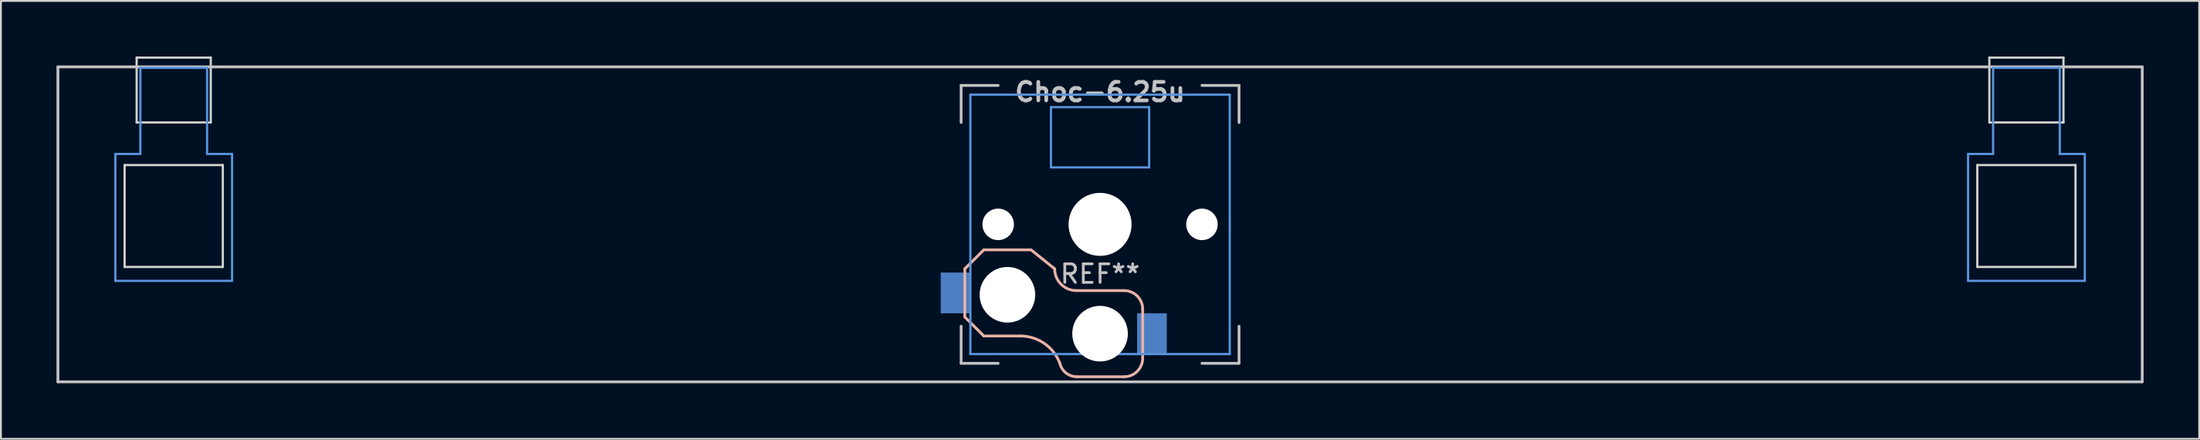
<source format=kicad_pcb>
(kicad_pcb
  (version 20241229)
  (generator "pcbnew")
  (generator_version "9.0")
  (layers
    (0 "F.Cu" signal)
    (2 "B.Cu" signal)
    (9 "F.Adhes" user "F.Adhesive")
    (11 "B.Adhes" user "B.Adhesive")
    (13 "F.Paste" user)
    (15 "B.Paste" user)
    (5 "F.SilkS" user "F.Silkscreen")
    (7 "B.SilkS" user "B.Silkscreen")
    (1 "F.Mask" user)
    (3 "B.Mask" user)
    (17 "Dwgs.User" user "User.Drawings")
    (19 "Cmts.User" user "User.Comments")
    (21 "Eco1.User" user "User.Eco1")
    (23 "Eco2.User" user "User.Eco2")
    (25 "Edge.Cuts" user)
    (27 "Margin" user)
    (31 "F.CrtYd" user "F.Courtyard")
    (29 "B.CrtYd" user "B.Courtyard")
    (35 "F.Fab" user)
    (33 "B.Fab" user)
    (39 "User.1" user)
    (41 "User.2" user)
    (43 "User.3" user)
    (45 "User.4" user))
  (footprint "Choc-6.25u"
    (layer "F.Cu")
    (at 56.326 9.06)
    (property "Reference" "Choc-6.25u" (at 0 -7.144 180) (layer "Dwgs.User") (effects (font (size 1 1) (thickness 0.2))))
    (attr through_hole)
    (fp_line (start -7.3 2.4) (end -7.3 5) (stroke (width 0.15) (type solid)) (layer "B.SilkS"))
    (fp_line (start -7.3 2.4) (end -6.275 1.375) (stroke (width 0.15) (type solid)) (layer "B.SilkS"))
    (fp_line (start -7.3 5) (end -6.275 6.025) (stroke (width 0.15) (type solid)) (layer "B.SilkS"))
    (fp_line (start -4.3 6.025) (end -6.275 6.025) (stroke (width 0.15) (type solid)) (layer "B.SilkS"))
    (fp_line (start -3.725 1.375) (end -6.275 1.375) (stroke (width 0.15) (type solid)) (layer "B.SilkS"))
    (fp_line (start -3.725 1.375) (end -2.45 2.4) (stroke (width 0.15) (type solid)) (layer "B.SilkS"))
    (fp_line (start 1.3 3.575) (end -1.275 3.575) (stroke (width 0.15) (type solid)) (layer "B.SilkS"))
    (fp_line (start 1.3 8.225) (end -1.3 8.225) (stroke (width 0.15) (type solid)) (layer "B.SilkS"))
    (fp_line (start 2.3 4.575) (end 2.3 7.225) (stroke (width 0.15) (type solid)) (layer "B.SilkS"))
    (fp_arc (start -4.3 6.025) (mid -2.995114 6.436429) (end -2.162199 7.521904) (stroke (width 0.15) (type solid)) (layer "B.SilkS"))
    (fp_arc (start -1.300995 8.223791) (mid -1.848284 8.016021) (end -2.162199 7.521904) (stroke (width 0.15) (type solid)) (layer "B.SilkS"))
    (fp_arc (start -1.275 3.575) (mid -2.10585 3.23085) (end -2.45 2.4) (stroke (width 0.15) (type solid)) (layer "B.SilkS"))
    (fp_arc (start 1.3 3.575) (mid 2.007107 3.867893) (end 2.3 4.575) (stroke (width 0.15) (type solid)) (layer "B.SilkS"))
    (fp_arc (start 2.3 7.225) (mid 2.007107 7.932107) (end 1.3 8.225) (stroke (width 0.15) (type solid)) (layer "B.SilkS"))
    (fp_line (start -56.25 -8.5) (end 56.25 -8.5) (stroke (width 0.152) (type solid)) (layer "Dwgs.User"))
    (fp_line (start -56.25 8.5) (end -56.25 -8.5) (stroke (width 0.152) (type solid)) (layer "Dwgs.User"))
    (fp_line (start -7.5 -7.5) (end -7.5 -5.5) (stroke (width 0.15) (type solid)) (layer "Dwgs.User"))
    (fp_line (start -7.5 7.5) (end -7.5 5.5) (stroke (width 0.15) (type solid)) (layer "Dwgs.User"))
    (fp_line (start -5.5 -7.5) (end -7.5 -7.5) (stroke (width 0.15) (type solid)) (layer "Dwgs.User"))
    (fp_line (start -5.5 7.5) (end -7.5 7.5) (stroke (width 0.15) (type solid)) (layer "Dwgs.User"))
    (fp_line (start 5.5 -7.5) (end 7.5 -7.5) (stroke (width 0.15) (type solid)) (layer "Dwgs.User"))
    (fp_line (start 5.5 7.5) (end 7.5 7.5) (stroke (width 0.15) (type solid)) (layer "Dwgs.User"))
    (fp_line (start 7.5 -7.5) (end 7.5 -5.5) (stroke (width 0.15) (type solid)) (layer "Dwgs.User"))
    (fp_line (start 7.5 7.5) (end 7.5 5.5) (stroke (width 0.15) (type solid)) (layer "Dwgs.User"))
    (fp_line (start 56.25 -8.5) (end 56.25 8.5) (stroke (width 0.152) (type solid)) (layer "Dwgs.User"))
    (fp_line (start 56.25 8.5) (end -56.25 8.5) (stroke (width 0.152) (type solid)) (layer "Dwgs.User"))
    (fp_line (start -53.15 -3.8) (end -51.8 -3.8) (stroke (width 0.12) (type solid)) (layer "Cmts.User"))
    (fp_line (start -53.15 3.05) (end -53.15 -3.8) (stroke (width 0.12) (type solid)) (layer "Cmts.User"))
    (fp_line (start -53.15 3.05) (end -46.85 3.05) (stroke (width 0.12) (type solid)) (layer "Cmts.User"))
    (fp_line (start -51.8 -8.45) (end -51.8 -3.8) (stroke (width 0.12) (type solid)) (layer "Cmts.User"))
    (fp_line (start -51.8 -8.45) (end -48.2 -8.45) (stroke (width 0.12) (type solid)) (layer "Cmts.User"))
    (fp_line (start -48.2 -8.45) (end -48.2 -3.8) (stroke (width 0.12) (type solid)) (layer "Cmts.User"))
    (fp_line (start -48.2 -3.8) (end -46.85 -3.8) (stroke (width 0.12) (type solid)) (layer "Cmts.User"))
    (fp_line (start -46.85 3.05) (end -46.85 -3.8) (stroke (width 0.12) (type solid)) (layer "Cmts.User"))
    (fp_line (start -7 -7) (end -7 7) (stroke (width 0.12) (type solid)) (layer "Cmts.User"))
    (fp_line (start -7 7) (end 7 7) (stroke (width 0.12) (type solid)) (layer "Cmts.User"))
    (fp_line (start -2.65 -6.325) (end 2.65 -6.325) (stroke (width 0.12) (type solid)) (layer "Cmts.User"))
    (fp_line (start -2.65 -3.075) (end -2.65 -6.325) (stroke (width 0.12) (type solid)) (layer "Cmts.User"))
    (fp_line (start 2.65 -6.325) (end 2.65 -3.075) (stroke (width 0.12) (type solid)) (layer "Cmts.User"))
    (fp_line (start 2.65 -3.075) (end -2.65 -3.075) (stroke (width 0.12) (type solid)) (layer "Cmts.User"))
    (fp_line (start 7 -7) (end -7 -7) (stroke (width 0.12) (type solid)) (layer "Cmts.User"))
    (fp_line (start 7 7) (end 7 -7) (stroke (width 0.12) (type solid)) (layer "Cmts.User"))
    (fp_line (start 46.85 -3.8) (end 48.2 -3.8) (stroke (width 0.12) (type solid)) (layer "Cmts.User"))
    (fp_line (start 46.85 3.05) (end 46.85 -3.8) (stroke (width 0.12) (type solid)) (layer "Cmts.User"))
    (fp_line (start 46.85 3.05) (end 53.15 3.05) (stroke (width 0.12) (type solid)) (layer "Cmts.User"))
    (fp_line (start 48.2 -8.45) (end 48.2 -3.8) (stroke (width 0.12) (type solid)) (layer "Cmts.User"))
    (fp_line (start 48.2 -8.45) (end 51.8 -8.45) (stroke (width 0.12) (type solid)) (layer "Cmts.User"))
    (fp_line (start 51.8 -8.45) (end 51.8 -3.8) (stroke (width 0.12) (type solid)) (layer "Cmts.User"))
    (fp_line (start 51.8 -3.8) (end 53.15 -3.8) (stroke (width 0.12) (type solid)) (layer "Cmts.User"))
    (fp_line (start 53.15 3.05) (end 53.15 -3.8) (stroke (width 0.12) (type solid)) (layer "Cmts.User"))
    (fp_line (start -52.65 -3.2) (end -52.65 2.3) (stroke (width 0.12) (type solid)) (layer "Edge.Cuts"))
    (fp_line (start -52.65 -3.2) (end -47.35 -3.2) (stroke (width 0.12) (type solid)) (layer "Edge.Cuts"))
    (fp_line (start -52.65 2.3) (end -47.35 2.3) (stroke (width 0.12) (type solid)) (layer "Edge.Cuts"))
    (fp_line (start -52 -9) (end -52 -5.5) (stroke (width 0.12) (type solid)) (layer "Edge.Cuts"))
    (fp_line (start -52 -9) (end -48 -9) (stroke (width 0.12) (type solid)) (layer "Edge.Cuts"))
    (fp_line (start -52 -5.5) (end -48 -5.5) (stroke (width 0.12) (type solid)) (layer "Edge.Cuts"))
    (fp_line (start -48 -5.5) (end -48 -9) (stroke (width 0.12) (type solid)) (layer "Edge.Cuts"))
    (fp_line (start -47.35 2.3) (end -47.35 -3.2) (stroke (width 0.12) (type solid)) (layer "Edge.Cuts"))
    (fp_line (start 47.35 -3.2) (end 47.35 2.3) (stroke (width 0.12) (type solid)) (layer "Edge.Cuts"))
    (fp_line (start 47.35 -3.2) (end 52.65 -3.2) (stroke (width 0.12) (type solid)) (layer "Edge.Cuts"))
    (fp_line (start 47.35 2.3) (end 52.65 2.3) (stroke (width 0.12) (type solid)) (layer "Edge.Cuts"))
    (fp_line (start 48 -9) (end 48 -5.5) (stroke (width 0.12) (type solid)) (layer "Edge.Cuts"))
    (fp_line (start 48 -9) (end 52 -9) (stroke (width 0.12) (type solid)) (layer "Edge.Cuts"))
    (fp_line (start 48 -5.5) (end 52 -5.5) (stroke (width 0.12) (type solid)) (layer "Edge.Cuts"))
    (fp_line (start 52 -5.5) (end 52 -9) (stroke (width 0.12) (type solid)) (layer "Edge.Cuts"))
    (fp_line (start 52.65 2.3) (end 52.65 -3.2) (stroke (width 0.12) (type solid)) (layer "Edge.Cuts"))
    (fp_text user "REF**" (at 0 2.675 0) (layer "Dwgs.User") (effects (font (size 1 1) (thickness 0.15))))
    (pad "" np_thru_hole circle (at -5.5 0 180) (size 1.7 1.7) (drill 1.7) (layers "*.Cu" "*.Mask"))
    (pad "" np_thru_hole circle (at -5 3.8 90) (size 3 3) (drill 3) (layers "*.Cu" "*.Mask"))
    (pad "" np_thru_hole circle (at 0 0 90) (size 3.4 3.4) (drill 3.4) (layers "*.Cu" "*.Mask"))
    (pad "" np_thru_hole circle (at 0 5.9 90) (size 3 3) (drill 3) (layers "*.Cu" "*.Mask"))
    (pad "" np_thru_hole circle (at 5.5 0 180) (size 1.7 1.7) (drill 1.7) (layers "*.Cu" "*.Mask"))
    (pad "1" smd rect (at -7.8 3.7 180) (size 1.6 2.2) (layers "B.Cu" "B.Mask" "B.Paste"))
    (pad "2" smd rect (at 2.8 5.9 180) (size 1.6 2.2) (layers "B.Cu" "B.Mask" "B.Paste")))
  (gr_rect
    (start -3 -3)
    (end 115.652 20.636)
    (stroke (width 0.1) (type default))
    (fill no)
    (layer "Edge.Cuts")))
</source>
